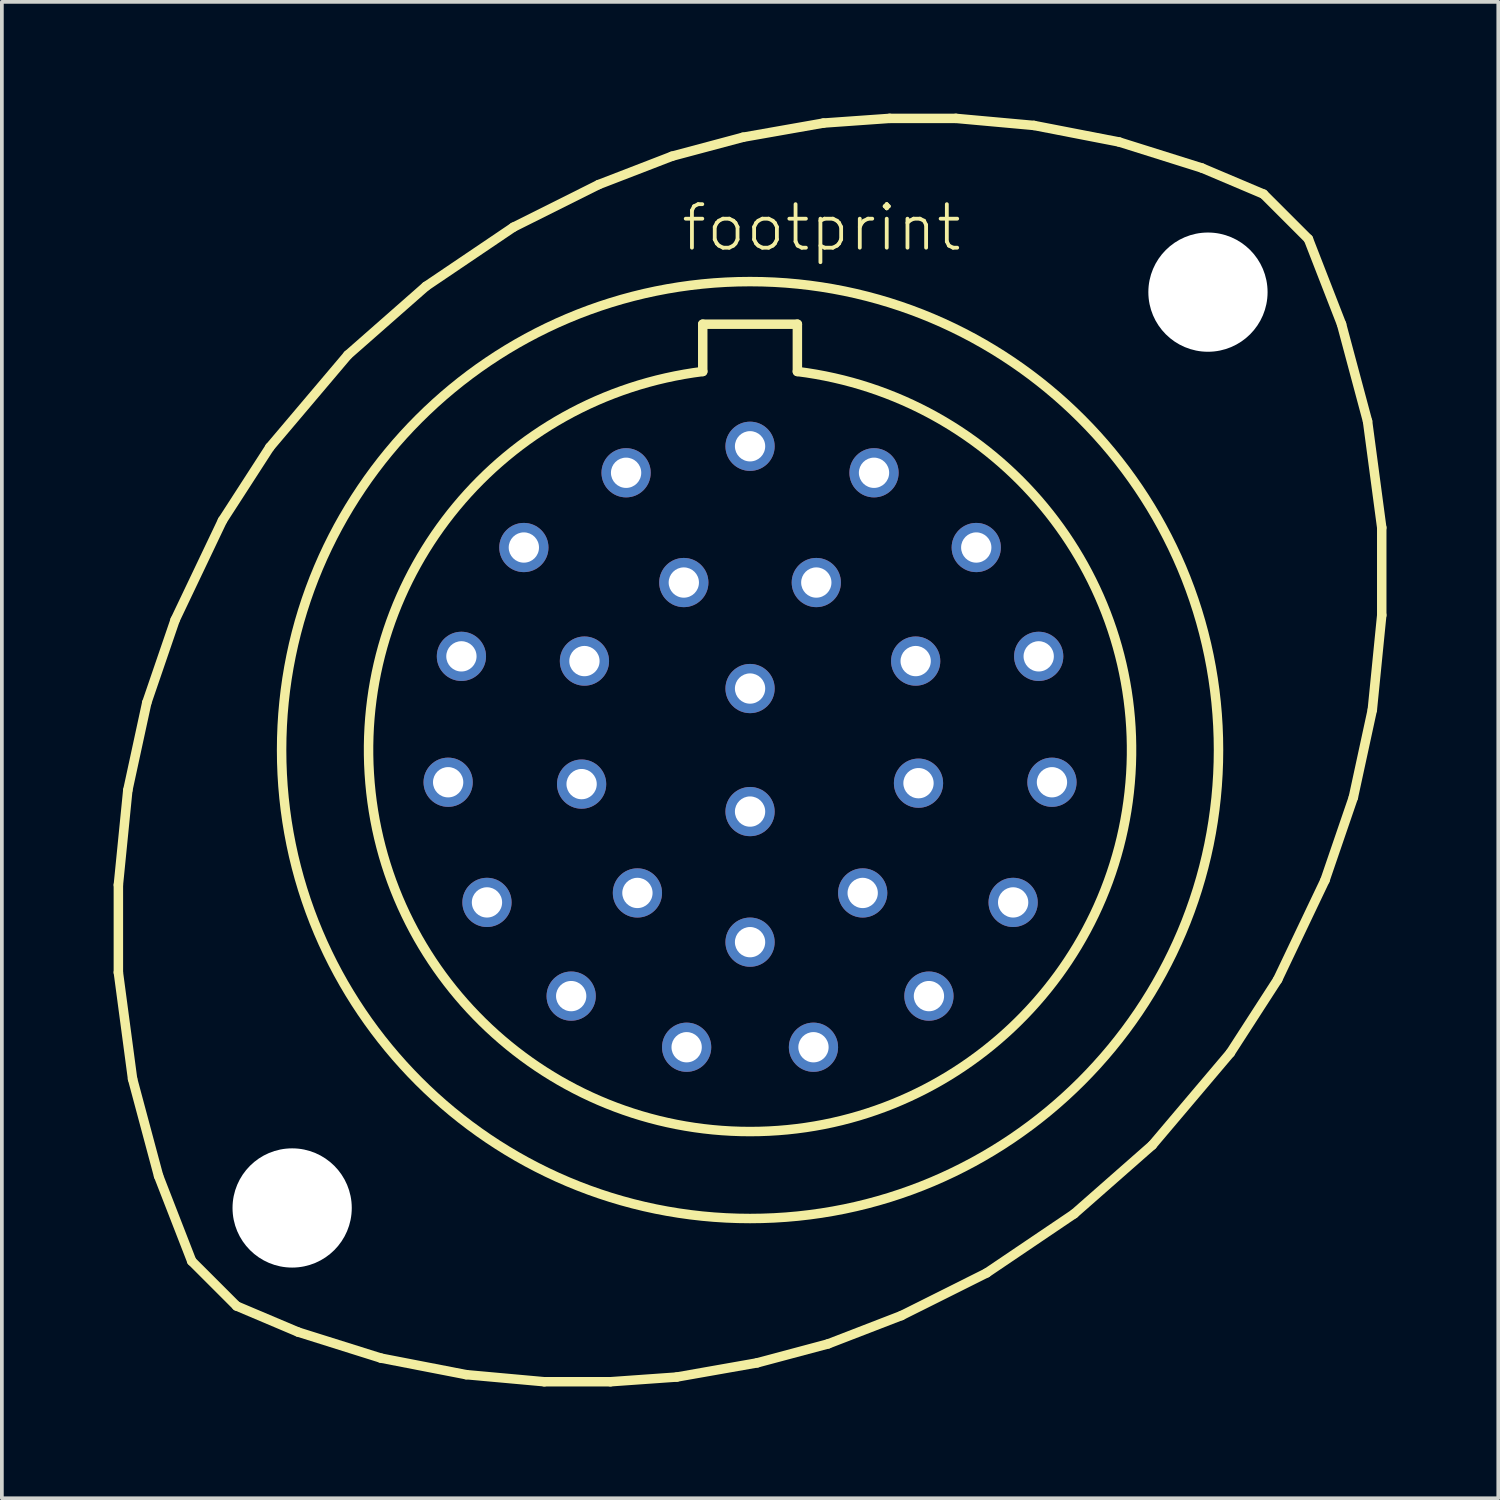
<source format=kicad_pcb>
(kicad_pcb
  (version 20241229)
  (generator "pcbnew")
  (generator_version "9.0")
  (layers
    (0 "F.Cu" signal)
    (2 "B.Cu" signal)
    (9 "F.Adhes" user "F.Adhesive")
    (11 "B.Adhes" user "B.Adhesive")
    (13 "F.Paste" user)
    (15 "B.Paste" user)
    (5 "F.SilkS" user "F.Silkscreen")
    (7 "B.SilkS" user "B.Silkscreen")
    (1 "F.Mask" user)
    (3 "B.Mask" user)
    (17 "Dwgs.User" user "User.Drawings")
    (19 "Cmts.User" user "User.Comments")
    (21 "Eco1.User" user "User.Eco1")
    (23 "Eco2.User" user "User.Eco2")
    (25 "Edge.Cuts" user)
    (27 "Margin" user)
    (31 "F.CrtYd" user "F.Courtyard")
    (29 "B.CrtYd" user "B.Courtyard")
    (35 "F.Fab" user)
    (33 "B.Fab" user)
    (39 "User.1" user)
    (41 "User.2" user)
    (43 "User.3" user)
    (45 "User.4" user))
  (footprint "footprint"
    (layer "F.Cu")
    (at 17.081 17.081)
    (property "Reference" "footprint" (at -1.905 -13.335 0) (layer "F.SilkS") (effects (font (size 1.168 1.168) (thickness 0.102)) (justify left bottom)))
    (fp_line (start -16.954 3.619) (end -16.701 1.079) (stroke (width 0.254) (type solid)) (layer "F.SilkS"))
    (fp_line (start -16.954 5.969) (end -16.954 3.619) (stroke (width 0.254) (type solid)) (layer "F.SilkS"))
    (fp_line (start -16.701 1.079) (end -16.192 -1.27) (stroke (width 0.254) (type solid)) (layer "F.SilkS"))
    (fp_line (start -16.573 8.826) (end -16.954 5.969) (stroke (width 0.254) (type solid)) (layer "F.SilkS"))
    (fp_line (start -16.192 -1.27) (end -15.431 -3.493) (stroke (width 0.254) (type solid)) (layer "F.SilkS"))
    (fp_line (start -15.875 11.43) (end -16.573 8.826) (stroke (width 0.254) (type solid)) (layer "F.SilkS"))
    (fp_line (start -15.431 -3.493) (end -14.161 -6.16) (stroke (width 0.254) (type solid)) (layer "F.SilkS"))
    (fp_line (start -14.986 13.716) (end -15.875 11.43) (stroke (width 0.254) (type solid)) (layer "F.SilkS"))
    (fp_line (start -14.986 13.716) (end -13.78 14.922) (stroke (width 0.254) (type solid)) (layer "F.SilkS"))
    (fp_line (start -14.161 -6.16) (end -12.89 -8.128) (stroke (width 0.254) (type solid)) (layer "F.SilkS"))
    (fp_line (start -12.89 -8.128) (end -10.795 -10.604) (stroke (width 0.254) (type solid)) (layer "F.SilkS"))
    (fp_line (start -12.129 15.621) (end -13.78 14.922) (stroke (width 0.254) (type solid)) (layer "F.SilkS"))
    (fp_line (start -10.795 -10.604) (end -8.7 -12.446) (stroke (width 0.254) (type solid)) (layer "F.SilkS"))
    (fp_line (start -9.906 16.32) (end -12.129 15.621) (stroke (width 0.254) (type solid)) (layer "F.SilkS"))
    (fp_line (start -8.7 -12.446) (end -6.35 -14.034) (stroke (width 0.254) (type solid)) (layer "F.SilkS"))
    (fp_line (start -7.62 16.764) (end -9.906 16.32) (stroke (width 0.254) (type solid)) (layer "F.SilkS"))
    (fp_line (start -6.35 -14.034) (end -4.064 -15.177) (stroke (width 0.254) (type solid)) (layer "F.SilkS"))
    (fp_line (start -5.524 16.954) (end -7.62 16.764) (stroke (width 0.254) (type solid)) (layer "F.SilkS"))
    (fp_line (start -4.064 -15.177) (end -2.095 -15.938) (stroke (width 0.254) (type solid)) (layer "F.SilkS"))
    (fp_line (start -3.747 16.954) (end -5.524 16.954) (stroke (width 0.254) (type solid)) (layer "F.SilkS"))
    (fp_line (start -2.095 -15.938) (end -0.191 -16.447) (stroke (width 0.254) (type solid)) (layer "F.SilkS"))
    (fp_line (start -1.968 16.828) (end -3.747 16.954) (stroke (width 0.254) (type solid)) (layer "F.SilkS"))
    (fp_line (start -1.27 -11.43) (end 1.27 -11.43) (stroke (width 0.254) (type solid)) (layer "F.SilkS"))
    (fp_line (start -1.27 -10.16) (end -1.27 -11.43) (stroke (width 0.254) (type solid)) (layer "F.SilkS"))
    (fp_line (start -0.191 -16.447) (end 1.968 -16.828) (stroke (width 0.254) (type solid)) (layer "F.SilkS"))
    (fp_line (start 0.191 16.447) (end -1.968 16.828) (stroke (width 0.254) (type solid)) (layer "F.SilkS"))
    (fp_line (start 1.27 -11.43) (end 1.27 -10.16) (stroke (width 0.254) (type solid)) (layer "F.SilkS"))
    (fp_line (start 1.968 -16.828) (end 3.747 -16.954) (stroke (width 0.254) (type solid)) (layer "F.SilkS"))
    (fp_line (start 2.095 15.938) (end 0.191 16.447) (stroke (width 0.254) (type solid)) (layer "F.SilkS"))
    (fp_line (start 3.747 -16.954) (end 5.524 -16.954) (stroke (width 0.254) (type solid)) (layer "F.SilkS"))
    (fp_line (start 4.064 15.177) (end 2.095 15.938) (stroke (width 0.254) (type solid)) (layer "F.SilkS"))
    (fp_line (start 5.524 -16.954) (end 7.62 -16.764) (stroke (width 0.254) (type solid)) (layer "F.SilkS"))
    (fp_line (start 6.35 14.034) (end 4.064 15.177) (stroke (width 0.254) (type solid)) (layer "F.SilkS"))
    (fp_line (start 7.62 -16.764) (end 9.906 -16.32) (stroke (width 0.254) (type solid)) (layer "F.SilkS"))
    (fp_line (start 8.7 12.446) (end 6.35 14.034) (stroke (width 0.254) (type solid)) (layer "F.SilkS"))
    (fp_line (start 9.906 -16.32) (end 12.129 -15.621) (stroke (width 0.254) (type solid)) (layer "F.SilkS"))
    (fp_line (start 10.795 10.604) (end 8.7 12.446) (stroke (width 0.254) (type solid)) (layer "F.SilkS"))
    (fp_line (start 12.129 -15.621) (end 13.78 -14.922) (stroke (width 0.254) (type solid)) (layer "F.SilkS"))
    (fp_line (start 12.89 8.128) (end 10.795 10.604) (stroke (width 0.254) (type solid)) (layer "F.SilkS"))
    (fp_line (start 13.78 -14.922) (end 14.986 -13.716) (stroke (width 0.254) (type solid)) (layer "F.SilkS"))
    (fp_line (start 14.161 6.16) (end 12.89 8.128) (stroke (width 0.254) (type solid)) (layer "F.SilkS"))
    (fp_line (start 14.986 -13.716) (end 15.875 -11.43) (stroke (width 0.254) (type solid)) (layer "F.SilkS"))
    (fp_line (start 15.431 3.493) (end 14.161 6.16) (stroke (width 0.254) (type solid)) (layer "F.SilkS"))
    (fp_line (start 15.875 -11.43) (end 16.573 -8.826) (stroke (width 0.254) (type solid)) (layer "F.SilkS"))
    (fp_line (start 16.192 1.27) (end 15.431 3.493) (stroke (width 0.254) (type solid)) (layer "F.SilkS"))
    (fp_line (start 16.573 -8.826) (end 16.954 -5.969) (stroke (width 0.254) (type solid)) (layer "F.SilkS"))
    (fp_line (start 16.701 -1.079) (end 16.192 1.27) (stroke (width 0.254) (type solid)) (layer "F.SilkS"))
    (fp_line (start 16.954 -5.969) (end 16.954 -3.619) (stroke (width 0.254) (type solid)) (layer "F.SilkS"))
    (fp_line (start 16.954 -3.619) (end 16.701 -1.079) (stroke (width 0.254) (type solid)) (layer "F.SilkS"))
    (fp_arc (start 1.27 -10.16) (mid 0 10.239067) (end -1.27 -10.16) (stroke (width 0.254) (type solid)) (layer "F.SilkS"))
    (fp_circle (center 0 0) (end 12.573 0) (stroke (width 0.254) (type solid)) (fill no) (layer "F.SilkS"))
    (pad "" np_thru_hole circle (at -12.29 12.29) (size 3.2 3.2) (drill 3.2) (layers "*.Cu" "*.Mask"))
    (pad "" np_thru_hole circle (at 12.29 -12.29) (size 3.2 3.2) (drill 3.2) (layers "*.Cu" "*.Mask"))
    (pad "A" thru_hole circle (at 0 -8.153) (size 1.321 1.321) (drill 0.813) (layers "*.Cu" "*.Mask"))
    (pad "A'" thru_hole circle (at -4.445 -2.388) (size 1.321 1.321) (drill 0.813) (layers "*.Cu" "*.Mask"))
    (pad "B" thru_hole circle (at 3.327 -7.442) (size 1.321 1.321) (drill 0.813) (layers "*.Cu" "*.Mask"))
    (pad "B'" thru_hole circle (at 0 -1.651) (size 1.321 1.321) (drill 0.813) (layers "*.Cu" "*.Mask"))
    (pad "C" thru_hole circle (at 6.071 -5.436) (size 1.321 1.321) (drill 0.813) (layers "*.Cu" "*.Mask"))
    (pad "C'" thru_hole circle (at 0 1.651) (size 1.321 1.321) (drill 0.813) (layers "*.Cu" "*.Mask"))
    (pad "D" thru_hole circle (at 7.747 -2.515) (size 1.321 1.321) (drill 0.813) (layers "*.Cu" "*.Mask"))
    (pad "E" thru_hole circle (at 8.103 0.864) (size 1.321 1.321) (drill 0.813) (layers "*.Cu" "*.Mask"))
    (pad "F" thru_hole circle (at 7.061 4.089) (size 1.321 1.321) (drill 0.813) (layers "*.Cu" "*.Mask"))
    (pad "G" thru_hole circle (at 4.801 6.604) (size 1.321 1.321) (drill 0.813) (layers "*.Cu" "*.Mask"))
    (pad "H" thru_hole circle (at 1.702 7.976) (size 1.321 1.321) (drill 0.813) (layers "*.Cu" "*.Mask"))
    (pad "J" thru_hole circle (at -1.702 7.976) (size 1.321 1.321) (drill 0.813) (layers "*.Cu" "*.Mask"))
    (pad "K" thru_hole circle (at -4.801 6.604) (size 1.321 1.321) (drill 0.813) (layers "*.Cu" "*.Mask"))
    (pad "L" thru_hole circle (at -7.061 4.089) (size 1.321 1.321) (drill 0.813) (layers "*.Cu" "*.Mask"))
    (pad "M" thru_hole circle (at -8.103 0.864) (size 1.321 1.321) (drill 0.813) (layers "*.Cu" "*.Mask"))
    (pad "N" thru_hole circle (at -7.747 -2.515) (size 1.321 1.321) (drill 0.813) (layers "*.Cu" "*.Mask"))
    (pad "P" thru_hole circle (at -6.071 -5.436) (size 1.321 1.321) (drill 0.813) (layers "*.Cu" "*.Mask"))
    (pad "R" thru_hole circle (at -3.327 -7.442) (size 1.321 1.321) (drill 0.813) (layers "*.Cu" "*.Mask"))
    (pad "S" thru_hole circle (at -1.778 -4.496) (size 1.321 1.321) (drill 0.813) (layers "*.Cu" "*.Mask"))
    (pad "T" thru_hole circle (at 1.778 -4.496) (size 1.321 1.321) (drill 0.813) (layers "*.Cu" "*.Mask"))
    (pad "U" thru_hole circle (at 4.445 -2.388) (size 1.321 1.321) (drill 0.813) (layers "*.Cu" "*.Mask"))
    (pad "V" thru_hole circle (at 4.521 0.889) (size 1.321 1.321) (drill 0.813) (layers "*.Cu" "*.Mask"))
    (pad "W" thru_hole circle (at 3.023 3.835) (size 1.321 1.321) (drill 0.813) (layers "*.Cu" "*.Mask"))
    (pad "X" thru_hole circle (at 0 5.156) (size 1.321 1.321) (drill 0.813) (layers "*.Cu" "*.Mask"))
    (pad "Y" thru_hole circle (at -3.023 3.835) (size 1.321 1.321) (drill 0.813) (layers "*.Cu" "*.Mask"))
    (pad "Z" thru_hole circle (at -4.521 0.914) (size 1.321 1.321) (drill 0.813) (layers "*.Cu" "*.Mask")))
  (gr_rect
    (start -3 -3)
    (end 37.163 37.163)
    (stroke (width 0.1) (type default))
    (fill no)
    (layer "Edge.Cuts")))
</source>
